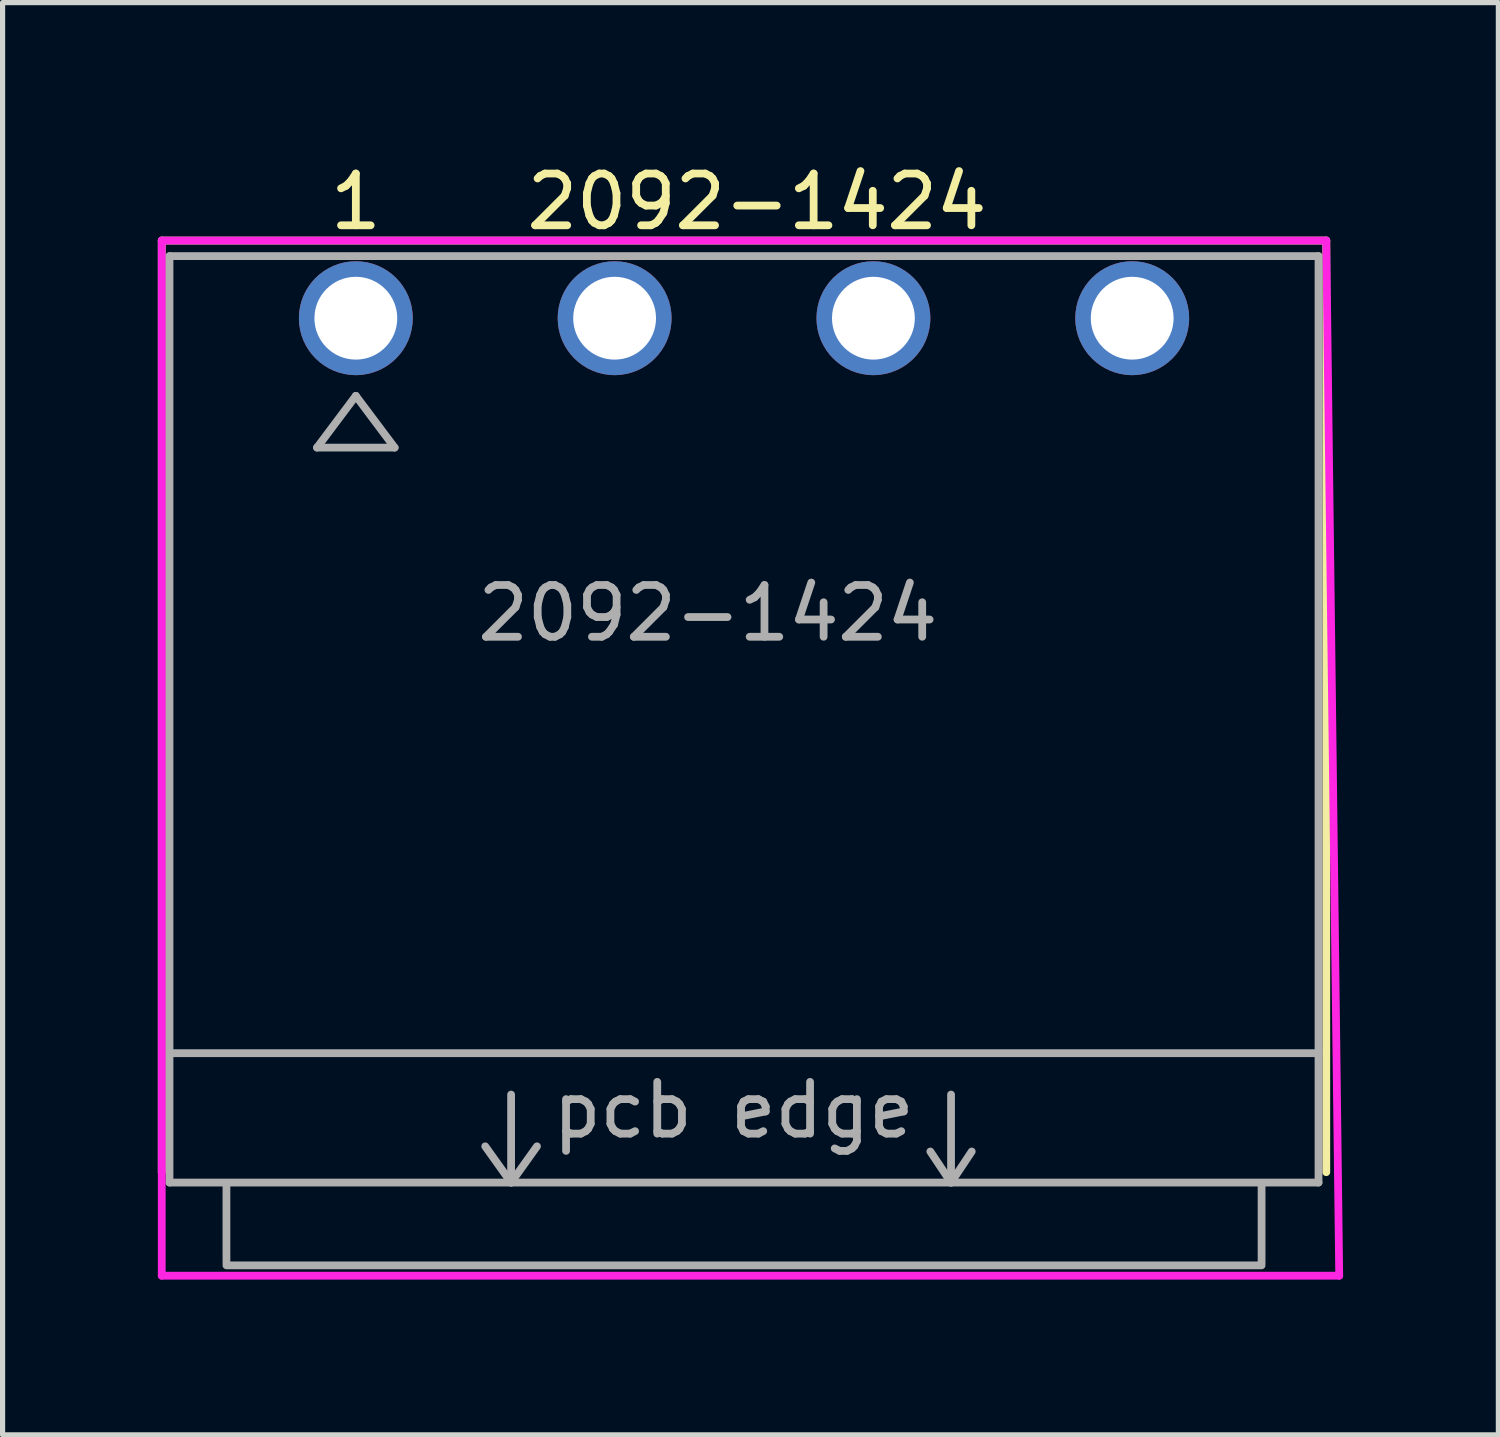
<source format=kicad_pcb>
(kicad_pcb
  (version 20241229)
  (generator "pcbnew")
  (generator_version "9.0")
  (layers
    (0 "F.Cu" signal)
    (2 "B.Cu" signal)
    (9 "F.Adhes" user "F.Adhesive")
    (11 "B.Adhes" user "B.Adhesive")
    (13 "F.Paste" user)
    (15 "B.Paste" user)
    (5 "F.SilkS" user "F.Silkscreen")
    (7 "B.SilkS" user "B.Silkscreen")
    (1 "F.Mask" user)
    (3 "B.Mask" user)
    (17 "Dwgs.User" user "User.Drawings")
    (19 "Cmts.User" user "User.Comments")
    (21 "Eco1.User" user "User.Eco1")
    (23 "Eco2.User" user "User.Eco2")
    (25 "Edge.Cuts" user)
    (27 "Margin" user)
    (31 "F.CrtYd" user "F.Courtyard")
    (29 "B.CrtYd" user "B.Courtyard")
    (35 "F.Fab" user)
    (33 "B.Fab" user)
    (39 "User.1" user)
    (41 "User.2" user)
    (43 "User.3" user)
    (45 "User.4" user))
  (footprint "2092-1424"
    (layer "F.Cu")
    (at 11.325 3.098)
    (property "Reference" "2092-1424" (at 0.25 -2.25 0) (layer "F.SilkS") (effects (font (size 1 1) (thickness 0.15))))
    (attr through_hole)
    (fp_line (start -11.25 -1.5) (end -11.25 16.5) (stroke (width 0.15) (type solid)) (layer "F.SilkS"))
    (fp_line (start 11.25 -1.5) (end -11.25 -1.5) (stroke (width 0.15) (type solid)) (layer "F.SilkS"))
    (fp_line (start 11.25 16.5) (end 11.25 -1.5) (stroke (width 0.15) (type solid)) (layer "F.SilkS"))
    (fp_line (start -11.25 -1.5) (end 11.25 -1.5) (stroke (width 0.15) (type solid)) (layer "F.CrtYd"))
    (fp_line (start -11.25 16.5) (end -11.25 -1.5) (stroke (width 0.15) (type solid)) (layer "F.CrtYd"))
    (fp_line (start -11.25 18.5) (end -11.25 16.5) (stroke (width 0.15) (type solid)) (layer "F.CrtYd"))
    (fp_line (start 11.25 -1.5) (end 11.5 18.5) (stroke (width 0.15) (type solid)) (layer "F.CrtYd"))
    (fp_line (start 11.5 18.5) (end -11.25 18.5) (stroke (width 0.15) (type solid)) (layer "F.CrtYd"))
    (fp_line (start -11.1 -1.2) (end -11.1 16.7) (stroke (width 0.15) (type solid)) (layer "F.Fab"))
    (fp_line (start -11.1 -1.2) (end 11.1 -1.2) (stroke (width 0.15) (type solid)) (layer "F.Fab"))
    (fp_line (start -11.1 14.2) (end 11.1 14.2) (stroke (width 0.15) (type solid)) (layer "F.Fab"))
    (fp_line (start -11.1 16.7) (end 11.1 16.7) (stroke (width 0.15) (type solid)) (layer "F.Fab"))
    (fp_line (start -10 18.25) (end -10 16.75) (stroke (width 0.15) (type solid)) (layer "F.Fab"))
    (fp_line (start -10 18.3) (end 10 18.3) (stroke (width 0.15) (type solid)) (layer "F.Fab"))
    (fp_line (start -8.25 2.5) (end -7.5 1.5) (stroke (width 0.15) (type solid)) (layer "F.Fab"))
    (fp_line (start -7.5 1.5) (end -6.75 2.5) (stroke (width 0.15) (type solid)) (layer "F.Fab"))
    (fp_line (start -6.75 2.5) (end -8.25 2.5) (stroke (width 0.15) (type solid)) (layer "F.Fab"))
    (fp_line (start -5 16) (end -4.5 16.7) (stroke (width 0.15) (type solid)) (layer "F.Fab"))
    (fp_line (start -4.5 15) (end -4.5 16.7) (stroke (width 0.15) (type solid)) (layer "F.Fab"))
    (fp_line (start -4.5 16.7) (end -4 16) (stroke (width 0.15) (type solid)) (layer "F.Fab"))
    (fp_line (start 4 15) (end 4 16.7) (stroke (width 0.15) (type solid)) (layer "F.Fab"))
    (fp_line (start 4 16.7) (end 3.6 16.1) (stroke (width 0.15) (type solid)) (layer "F.Fab"))
    (fp_line (start 4.4 16.1) (end 4 16.7) (stroke (width 0.15) (type solid)) (layer "F.Fab"))
    (fp_line (start 10 18.25) (end 10 16.75) (stroke (width 0.15) (type solid)) (layer "F.Fab"))
    (fp_line (start 11.1 -1.2) (end 11.1 16.7) (stroke (width 0.15) (type solid)) (layer "F.Fab"))
    (fp_text user "1" (at -7.5 -2.25 0) (layer "F.SilkS") (effects (font (size 1 1) (thickness 0.15))))
    (fp_text user "${REFERENCE}" (at -0.7 5.7 0) (layer "F.Fab") (effects (font (size 1 1) (thickness 0.15))))
    (fp_text user "pcb edge" (at -0.2 15.3 0) (layer "F.Fab") (effects (font (size 1 1) (thickness 0.15))))
    (pad "1" thru_hole circle (at -7.5 0) (size 2.2 2.2) (drill 1.6) (layers "*.Cu" "*.Mask"))
    (pad "2" thru_hole circle (at -2.5 0) (size 2.2 2.2) (drill 1.6) (layers "*.Cu" "*.Mask"))
    (pad "3" thru_hole circle (at 2.5 0) (size 2.2 2.2) (drill 1.6) (layers "*.Cu" "*.Mask"))
    (pad "4" thru_hole circle (at 7.5 0) (size 2.2 2.2) (drill 1.6) (layers "*.Cu" "*.Mask")))
  (gr_rect
    (start -3 -3)
    (end 25.9 24.673)
    (stroke (width 0.1) (type default))
    (fill no)
    (layer "Edge.Cuts")))
</source>
